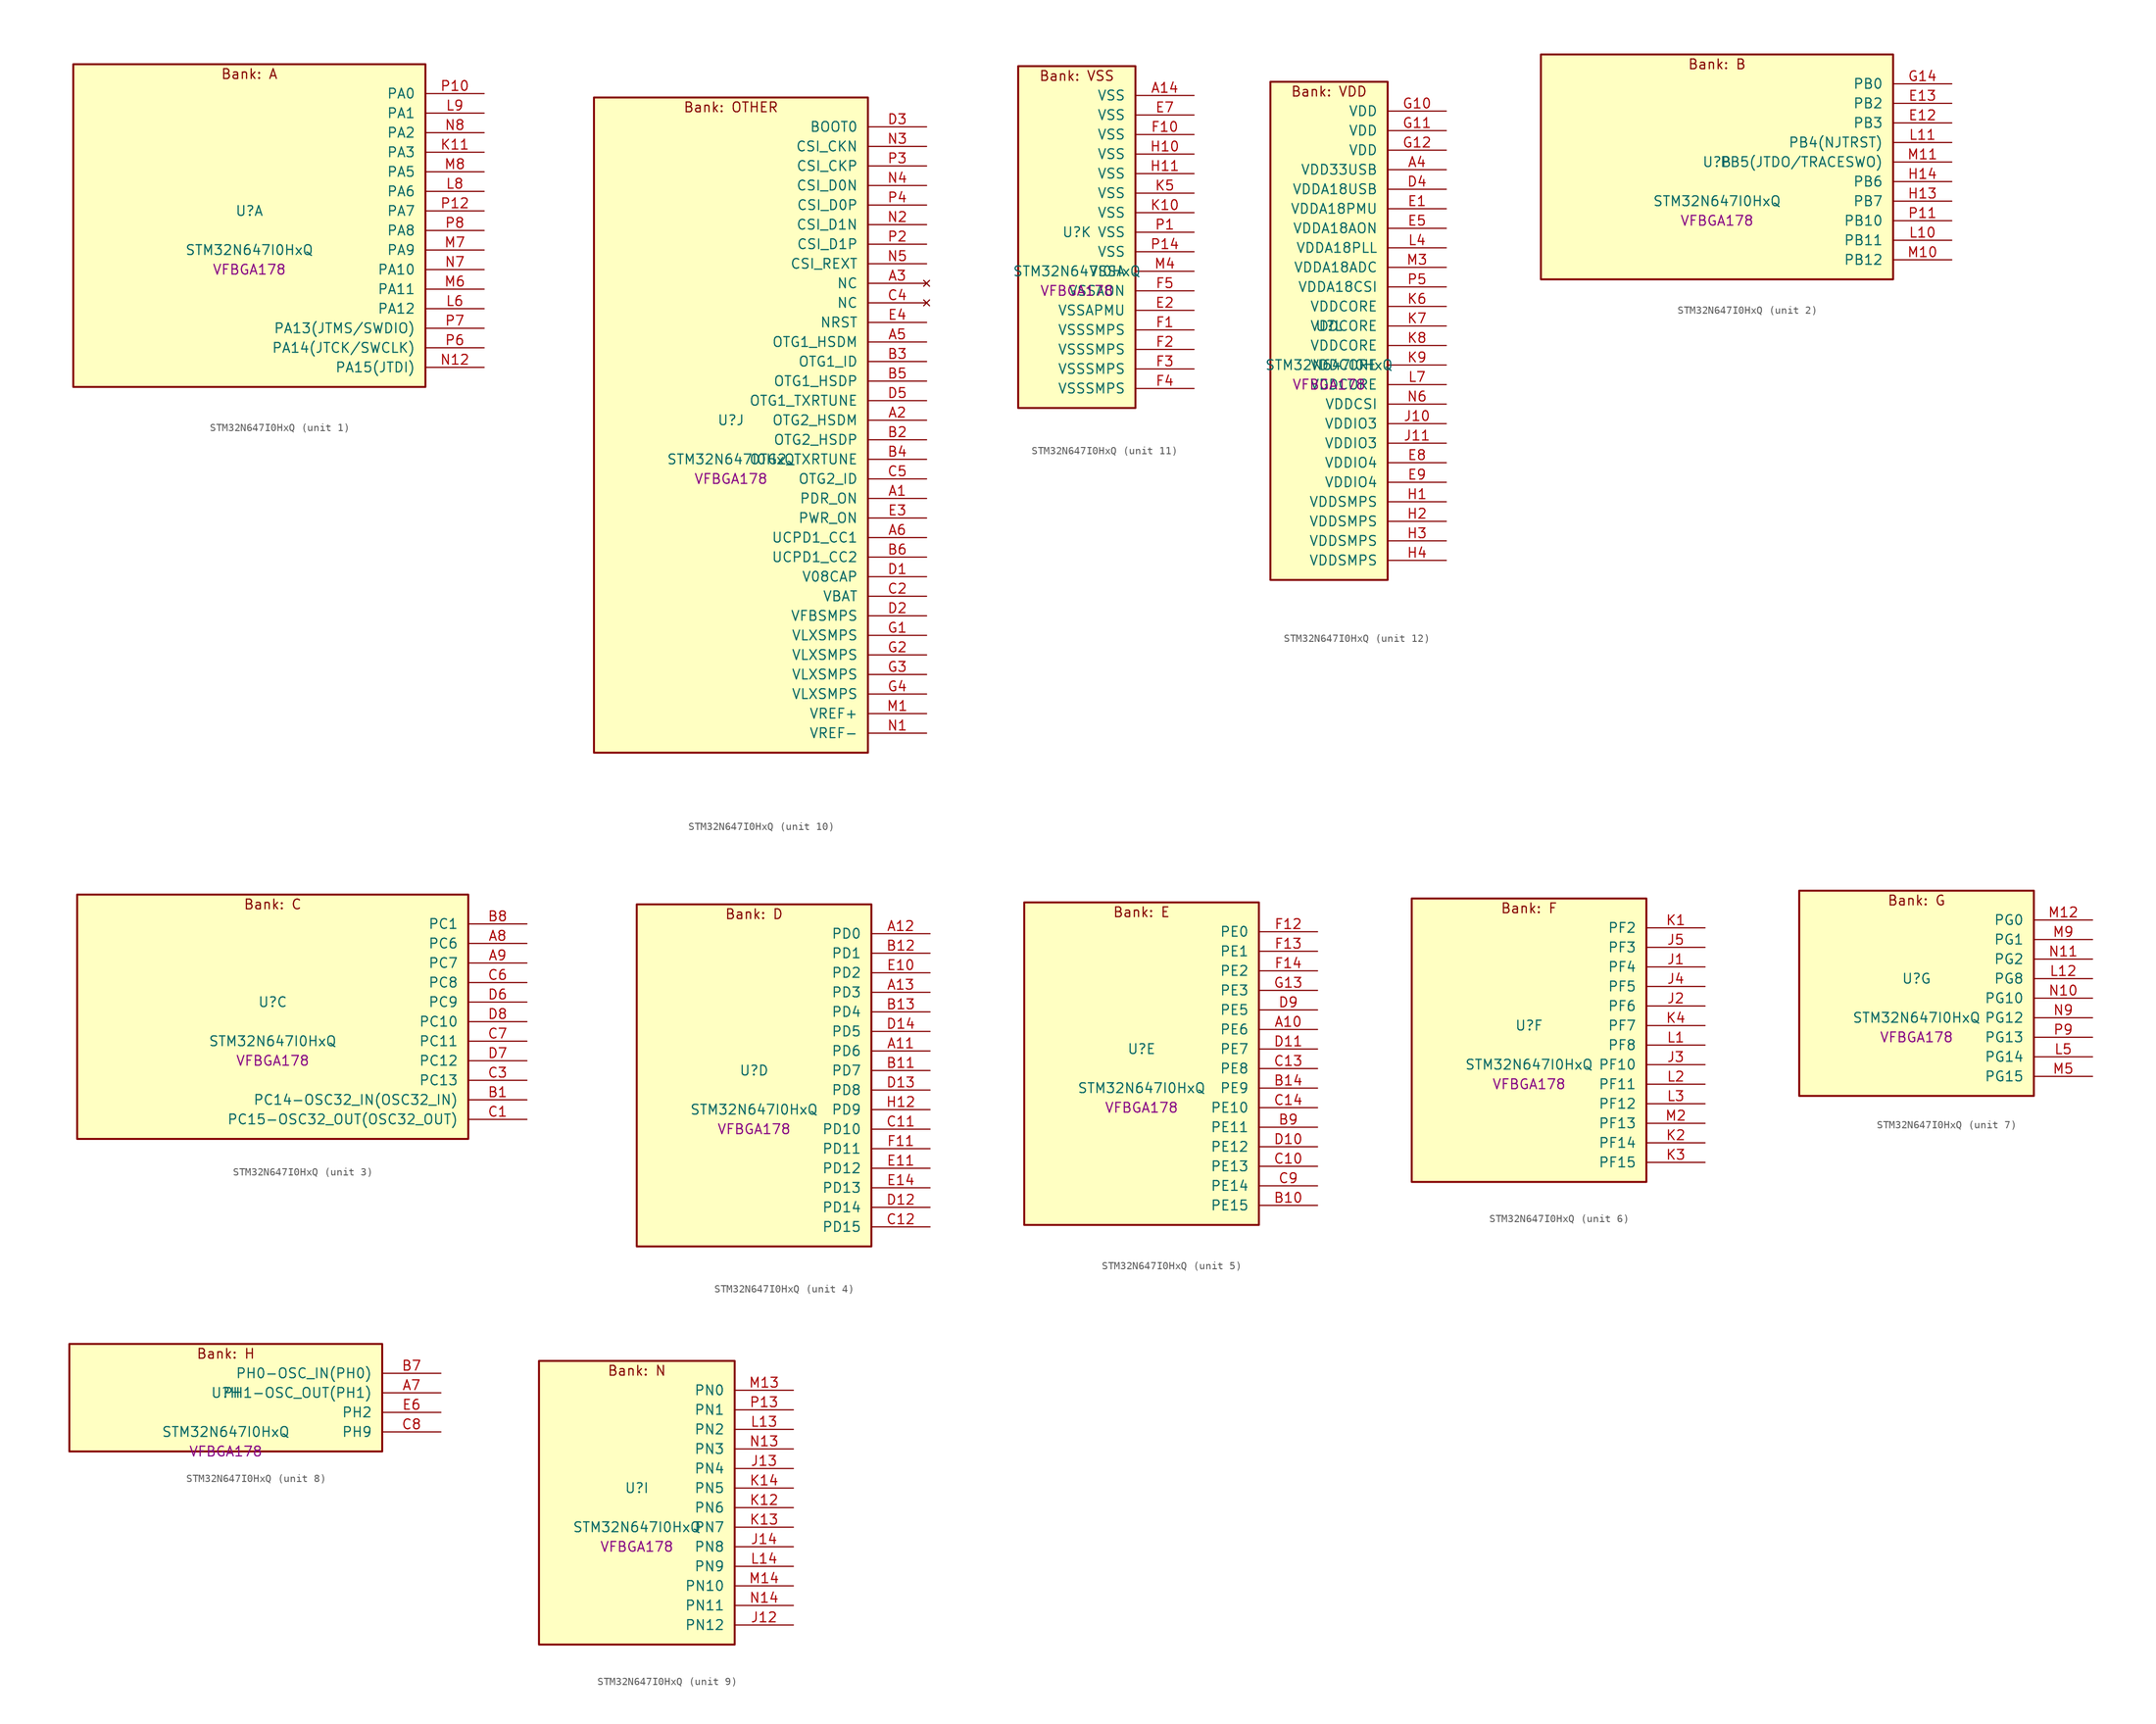
<source format=kicad_sym>
(kicad_symbol_lib
  (version 20241209)
  (generator "stm32_pkl_generator")
  (generator_version "1.0")
  (symbol "STM32N647I0HxQ"
    (pin_names
      (offset 1.27))
    (property "Reference" "U"
      (at 0 2.54 0))
    (property "Value" "STM32N647I0HxQ"
      (at 0 -2.54 0))
    (property "Footprint" "VFBGA178"
      (at 0 -5.08 0))
    (symbol "STM32N647I0HxQ_1_1"
      (rectangle (start -22.86 21.59) (end 22.86 -20.32) (stroke (width 0.254) (type solid)) (fill (type background)))
      (text "Bank: A" (at 0 20.32 0))
      (pin bidirectional line (at 30.48 17.78 180) (length 7.62) (name "PA0") (number "P10") (alternate "PA0/ADC1_INN1" bidirectional line) (alternate "PA0/ADC1_INP0" bidirectional line) (alternate "PA0/ADC2_INN1" bidirectional line) (alternate "PA0/ADC2_INP0" bidirectional line) (alternate "PA0/FMC_D7" bidirectional line) (alternate "PA0/FMC_DA7" bidirectional line) (alternate "PA0/HDP_HDP0" bidirectional line) (alternate "PA0/I2S6_WS" bidirectional line) (alternate "PA0/LTDC_G3" bidirectional line) (alternate "PA0/PWR_WKUP1" bidirectional line) (alternate "PA0/SAI2_SD_B" bidirectional line) (alternate "PA0/SPI6_NSS" bidirectional line) (alternate "PA0/TIM15_BKIN" bidirectional line) (alternate "PA0/TIM2_CH1" bidirectional line) (alternate "PA0/TIM5_CH1" bidirectional line) (alternate "PA0/TIM9_CH1" bidirectional line) (alternate "PA0/UART4_TX" bidirectional line) (alternate "PA0/USART2_CTS" bidirectional line) (alternate "PA0/USART2_NSS" bidirectional line))
      (pin bidirectional line (at 30.48 15.24 180) (length 7.62) (name "PA1") (number "L9") (alternate "PA1/ADC1_INP1" bidirectional line) (alternate "PA1/ADC2_INP1" bidirectional line) (alternate "PA1/DCMIPP_D0" bidirectional line) (alternate "PA1/DCMI_D0" bidirectional line) (alternate "PA1/FMC_D6" bidirectional line) (alternate "PA1/FMC_DA6" bidirectional line) (alternate "PA1/HDP_HDP1" bidirectional line) (alternate "PA1/LPTIM3_IN1" bidirectional line) (alternate "PA1/LTDC_G2" bidirectional line) (alternate "PA1/PSSI_D0" bidirectional line) (alternate "PA1/SAI2_MCLK_B" bidirectional line) (alternate "PA1/TIM15_CH1N" bidirectional line) (alternate "PA1/TIM2_CH2" bidirectional line) (alternate "PA1/TIM5_CH2" bidirectional line) (alternate "PA1/UART4_RX" bidirectional line) (alternate "PA1/USART2_RTS" bidirectional line))
      (pin bidirectional line (at 30.48 12.7 180) (length 7.62) (name "PA2") (number "N8") (alternate "PA2/ADC1_INP14" bidirectional line) (alternate "PA2/ADC2_INP14" bidirectional line) (alternate "PA2/FMC_D5" bidirectional line) (alternate "PA2/FMC_DA5" bidirectional line) (alternate "PA2/HDP_HDP2" bidirectional line) (alternate "PA2/LPTIM3_IN2" bidirectional line) (alternate "PA2/LTDC_B7" bidirectional line) (alternate "PA2/MDIOS_MDIO" bidirectional line) (alternate "PA2/PWR_WKUP2" bidirectional line) (alternate "PA2/SAI2_SCK_B" bidirectional line) (alternate "PA2/TIM15_CH1" bidirectional line) (alternate "PA2/TIM2_CH3" bidirectional line) (alternate "PA2/TIM5_CH3" bidirectional line) (alternate "PA2/USART2_TX" bidirectional line))
      (pin bidirectional line (at 30.48 10.16 180) (length 7.62) (name "PA3") (number "K11") (alternate "PA3/FMC_A17" bidirectional line) (alternate "PA3/FMC_ALE" bidirectional line) (alternate "PA3/SAI1_SD_B" bidirectional line) (alternate "PA3/SPI5_NSS" bidirectional line) (alternate "PA3/TIM16_CH1" bidirectional line) (alternate "PA3/UART7_RX" bidirectional line))
      (pin bidirectional line (at 30.48 7.62 180) (length 7.62) (name "PA5") (number "M8") (alternate "PA5/ADC2_INP18" bidirectional line) (alternate "PA5/DCMIPP_D8" bidirectional line) (alternate "PA5/DCMI_D8" bidirectional line) (alternate "PA5/FMC_NOE" bidirectional line) (alternate "PA5/HDP_HDP5" bidirectional line) (alternate "PA5/I2S1_CK" bidirectional line) (alternate "PA5/I2S6_CK" bidirectional line) (alternate "PA5/I3C1_SCL" bidirectional line) (alternate "PA5/LTDC_CLK" bidirectional line) (alternate "PA5/PSSI_D8" bidirectional line) (alternate "PA5/PWR_CSTOP" bidirectional line) (alternate "PA5/SPI1_SCK" bidirectional line) (alternate "PA5/SPI6_SCK" bidirectional line) (alternate "PA5/TIM10_CH1" bidirectional line) (alternate "PA5/TIM2_CH1" bidirectional line) (alternate "PA5/TIM2_ETR" bidirectional line) (alternate "PA5/TIM9_CH2" bidirectional line))
      (pin bidirectional line (at 30.48 5.08 180) (length 7.62) (name "PA6") (number "L8") (alternate "PA6/ADC1_INP3" bidirectional line) (alternate "PA6/ADC2_INP3" bidirectional line) (alternate "PA6/BOOT1" bidirectional line) (alternate "PA6/DCMIPP_PIXCLK" bidirectional line) (alternate "PA6/DCMI_PIXCLK" bidirectional line) (alternate "PA6/HDP_HDP6" bidirectional line) (alternate "PA6/I2S1_SDI" bidirectional line) (alternate "PA6/I2S6_SDI" bidirectional line) (alternate "PA6/I3C1_SDA" bidirectional line) (alternate "PA6/LPTIM3_ETR" bidirectional line) (alternate "PA6/LTDC_B7" bidirectional line) (alternate "PA6/LTDC_HSYNC" bidirectional line) (alternate "PA6/MDIOS_MDC" bidirectional line) (alternate "PA6/PSSI_PDCK" bidirectional line) (alternate "PA6/SPI1_MISO" bidirectional line) (alternate "PA6/SPI6_MISO" bidirectional line) (alternate "PA6/TIM13_CH1" bidirectional line) (alternate "PA6/TIM1_BKIN" bidirectional line) (alternate "PA6/TIM3_CH1" bidirectional line))
      (pin bidirectional line (at 30.48 2.54 180) (length 7.62) (name "PA7") (number "P12") (alternate "PA7/HDP_HDP7" bidirectional line) (alternate "PA7/I2S1_SDO" bidirectional line) (alternate "PA7/I2S6_SDO" bidirectional line) (alternate "PA7/LTDC_B1" bidirectional line) (alternate "PA7/LTDC_R4" bidirectional line) (alternate "PA7/SPI1_MOSI" bidirectional line) (alternate "PA7/SPI6_MOSI" bidirectional line) (alternate "PA7/TIM14_CH1" bidirectional line) (alternate "PA7/TIM1_CH1N" bidirectional line) (alternate "PA7/TIM3_CH2" bidirectional line) (alternate "PA7/USART1_RX" bidirectional line))
      (pin bidirectional line (at 30.48 0 180) (length 7.62) (name "PA8") (number "P8") (alternate "PA8/ADC1_INP5" bidirectional line) (alternate "PA8/ADC2_INP5" bidirectional line) (alternate "PA8/FMC_D4" bidirectional line) (alternate "PA8/FMC_DA4" bidirectional line) (alternate "PA8/HDP_HDP0" bidirectional line) (alternate "PA8/I2C3_SCL" bidirectional line) (alternate "PA8/I3C2_SCL" bidirectional line) (alternate "PA8/LTDC_B6" bidirectional line) (alternate "PA8/RCC_MCO_1" bidirectional line) (alternate "PA8/TIM11_CH1" bidirectional line) (alternate "PA8/TIM1_CH1" bidirectional line) (alternate "PA8/UART7_RX" bidirectional line) (alternate "PA8/USART1_CK" bidirectional line))
      (pin bidirectional line (at 30.48 -2.54 180) (length 7.62) (name "PA9") (number "M7") (alternate "PA9/ADC1_INP10" bidirectional line) (alternate "PA9/ADC2_INP10" bidirectional line) (alternate "PA9/DCMIPP_D0" bidirectional line) (alternate "PA9/DCMI_D0" bidirectional line) (alternate "PA9/FMC_D3" bidirectional line) (alternate "PA9/FMC_DA3" bidirectional line) (alternate "PA9/HDP_HDP1" bidirectional line) (alternate "PA9/I2C3_SDA" bidirectional line) (alternate "PA9/I2S2_CK" bidirectional line) (alternate "PA9/I3C2_SDA" bidirectional line) (alternate "PA9/LPUART1_TX" bidirectional line) (alternate "PA9/LTDC_B5" bidirectional line) (alternate "PA9/PSSI_D0" bidirectional line) (alternate "PA9/SPI2_SCK" bidirectional line) (alternate "PA9/TIM1_CH2" bidirectional line) (alternate "PA9/USART1_TX" bidirectional line))
      (pin bidirectional line (at 30.48 -5.08 180) (length 7.62) (name "PA10") (number "N7") (alternate "PA10/ADC1_INN10" bidirectional line) (alternate "PA10/ADC1_INP11" bidirectional line) (alternate "PA10/ADC2_INN10" bidirectional line) (alternate "PA10/ADC2_INP11" bidirectional line) (alternate "PA10/DCMIPP_D1" bidirectional line) (alternate "PA10/DCMI_D1" bidirectional line) (alternate "PA10/FMC_D2" bidirectional line) (alternate "PA10/FMC_DA2" bidirectional line) (alternate "PA10/HDP_HDP2" bidirectional line) (alternate "PA10/LPUART1_RX" bidirectional line) (alternate "PA10/LTDC_B4" bidirectional line) (alternate "PA10/MDIOS_MDIO" bidirectional line) (alternate "PA10/PSSI_D1" bidirectional line) (alternate "PA10/PWR_CSLEEP" bidirectional line) (alternate "PA10/TIM1_CH3" bidirectional line) (alternate "PA10/USART1_RX" bidirectional line))
      (pin bidirectional line (at 30.48 -7.62 180) (length 7.62) (name "PA11") (number "M6") (alternate "PA11/ADC1_EXTI11" bidirectional line) (alternate "PA11/ADC1_INN11" bidirectional line) (alternate "PA11/ADC1_INP12" bidirectional line) (alternate "PA11/ADC2_EXTI11" bidirectional line) (alternate "PA11/ADC2_INN11" bidirectional line) (alternate "PA11/ADC2_INP12" bidirectional line) (alternate "PA11/FDCAN1_RX" bidirectional line) (alternate "PA11/FMC_D1" bidirectional line) (alternate "PA11/FMC_DA1" bidirectional line) (alternate "PA11/HDP_HDP3" bidirectional line) (alternate "PA11/I2S2_WS" bidirectional line) (alternate "PA11/LPUART1_CTS" bidirectional line) (alternate "PA11/LTDC_B3" bidirectional line) (alternate "PA11/SPI2_NSS" bidirectional line) (alternate "PA11/TIM1_CH4" bidirectional line) (alternate "PA11/UART4_RX" bidirectional line) (alternate "PA11/USART1_CTS" bidirectional line) (alternate "PA11/USART1_NSS" bidirectional line))
      (pin bidirectional line (at 30.48 -10.16 180) (length 7.62) (name "PA12") (number "L6") (alternate "PA12/ADC1_INN12" bidirectional line) (alternate "PA12/ADC1_INP13" bidirectional line) (alternate "PA12/ADC2_INN12" bidirectional line) (alternate "PA12/ADC2_INP13" bidirectional line) (alternate "PA12/FDCAN1_TX" bidirectional line) (alternate "PA12/FMC_D0" bidirectional line) (alternate "PA12/FMC_DA0" bidirectional line) (alternate "PA12/HDP_HDP4" bidirectional line) (alternate "PA12/I2S2_CK" bidirectional line) (alternate "PA12/LPUART1_RTS" bidirectional line) (alternate "PA12/LTDC_B2" bidirectional line) (alternate "PA12/SAI2_FS_B" bidirectional line) (alternate "PA12/SPI2_SCK" bidirectional line) (alternate "PA12/TIM1_ETR" bidirectional line) (alternate "PA12/UART4_TX" bidirectional line) (alternate "PA12/USART1_RTS" bidirectional line))
      (pin bidirectional line (at 30.48 -12.7 180) (length 7.62) (name "PA13(JTMS/SWDIO)") (number "P7") (alternate "PA13(JTMS/SWDIO)/DEBUG_JTMS-SWDIO" bidirectional line) (alternate "PA13(JTMS/SWDIO)/HDP_HDP5" bidirectional line))
      (pin bidirectional line (at 30.48 -15.24 180) (length 7.62) (name "PA14(JTCK/SWCLK)") (number "P6") (alternate "PA14(JTCK/SWCLK)/DEBUG_JTCK-SWCLK" bidirectional line) (alternate "PA14(JTCK/SWCLK)/HDP_HDP6" bidirectional line))
      (pin bidirectional line (at 30.48 -17.78 180) (length 7.62) (name "PA15(JTDI)") (number "N12") (alternate "PA15(JTDI)/ADC1_EXTI15" bidirectional line) (alternate "PA15(JTDI)/ADC2_EXTI15" bidirectional line) (alternate "PA15(JTDI)/DEBUG_JTDI" bidirectional line) (alternate "PA15(JTDI)/FMC_D15" bidirectional line) (alternate "PA15(JTDI)/FMC_DA15" bidirectional line) (alternate "PA15(JTDI)/HDP_HDP7" bidirectional line) (alternate "PA15(JTDI)/I2S1_WS" bidirectional line) (alternate "PA15(JTDI)/I2S3_WS" bidirectional line) (alternate "PA15(JTDI)/I2S6_WS" bidirectional line) (alternate "PA15(JTDI)/LTDC_R5" bidirectional line) (alternate "PA15(JTDI)/SPI1_NSS" bidirectional line) (alternate "PA15(JTDI)/SPI3_NSS" bidirectional line) (alternate "PA15(JTDI)/SPI6_NSS" bidirectional line) (alternate "PA15(JTDI)/TIM2_CH1" bidirectional line) (alternate "PA15(JTDI)/TIM2_ETR" bidirectional line) (alternate "PA15(JTDI)/UART4_DE" bidirectional line) (alternate "PA15(JTDI)/UART4_RTS" bidirectional line) (alternate "PA15(JTDI)/UART7_TX" bidirectional line)))
    (symbol "STM32N647I0HxQ_2_1"
      (rectangle (start -22.86 16.51) (end 22.86 -12.7) (stroke (width 0.254) (type solid)) (fill (type background)))
      (text "Bank: B" (at 0 15.24 0))
      (pin bidirectional line (at 30.48 12.7 180) (length 7.62) (name "PB0") (number "G14") (alternate "PB0/ADF1_SDI0" bidirectional line) (alternate "PB0/DCMIPP_D4" bidirectional line) (alternate "PB0/DCMI_D4" bidirectional line) (alternate "PB0/DEBUG_TRACED1" bidirectional line) (alternate "PB0/FMC_D13" bidirectional line) (alternate "PB0/FMC_DA13" bidirectional line) (alternate "PB0/MDF1_SDI2" bidirectional line) (alternate "PB0/PSSI_D4" bidirectional line) (alternate "PB0/SAI1_D2" bidirectional line) (alternate "PB0/SAI1_FS_A" bidirectional line) (alternate "PB0/SPI4_NSS" bidirectional line) (alternate "PB0/TIM15_CH1N" bidirectional line) (alternate "PB0/TIM1_CH4" bidirectional line))
      (pin bidirectional line (at 30.48 10.16 180) (length 7.62) (name "PB2") (number "E13") (alternate "PB2/ADF1_SDI0" bidirectional line) (alternate "PB2/FMC_D2" bidirectional line) (alternate "PB2/FMC_DA2" bidirectional line) (alternate "PB2/HDP_HDP2" bidirectional line) (alternate "PB2/I2S3_SDO" bidirectional line) (alternate "PB2/LTDC_B2" bidirectional line) (alternate "PB2/MDF1_SDI1" bidirectional line) (alternate "PB2/RTC_OUT2" bidirectional line) (alternate "PB2/SAI1_D1" bidirectional line) (alternate "PB2/SAI1_SD_A" bidirectional line) (alternate "PB2/SPI3_MOSI" bidirectional line) (alternate "PB2/TIM1_CH1" bidirectional line))
      (pin bidirectional line (at 30.48 7.62 180) (length 7.62) (name "PB3") (number "E12") (alternate "PB3/DEBUG_JTDO-SWO" bidirectional line) (alternate "PB3/DEBUG_TRACECLK" bidirectional line) (alternate "PB3/FMC_A23" bidirectional line) (alternate "PB3/FMC_NBL1" bidirectional line) (alternate "PB3/GFXTIM_FCKCAL" bidirectional line) (alternate "PB3/GFXTIM_LCKCAL" bidirectional line) (alternate "PB3/HDP_HDP0" bidirectional line) (alternate "PB3/MDF1_CKI1" bidirectional line) (alternate "PB3/SAI2_FS_B" bidirectional line) (alternate "PB3/TIM1_CH4N" bidirectional line) (alternate "PB3/USART1_CK" bidirectional line))
      (pin bidirectional line (at 30.48 5.08 180) (length 7.62) (name "PB4(NJTRST)") (number "L11") (alternate "PB4(NJTRST)/DCMIPP_VSYNC" bidirectional line) (alternate "PB4(NJTRST)/DCMI_VSYNC" bidirectional line) (alternate "PB4(NJTRST)/DEBUG_NJTRST" bidirectional line) (alternate "PB4(NJTRST)/FMC_D13" bidirectional line) (alternate "PB4(NJTRST)/FMC_DA13" bidirectional line) (alternate "PB4(NJTRST)/HDP_HDP4" bidirectional line) (alternate "PB4(NJTRST)/I2S1_SDI" bidirectional line) (alternate "PB4(NJTRST)/I2S2_WS" bidirectional line) (alternate "PB4(NJTRST)/I2S3_SDI" bidirectional line) (alternate "PB4(NJTRST)/I2S6_SDI" bidirectional line) (alternate "PB4(NJTRST)/LTDC_R3" bidirectional line) (alternate "PB4(NJTRST)/PSSI_RDY" bidirectional line) (alternate "PB4(NJTRST)/SPI1_MISO" bidirectional line) (alternate "PB4(NJTRST)/SPI2_NSS" bidirectional line) (alternate "PB4(NJTRST)/SPI3_MISO" bidirectional line) (alternate "PB4(NJTRST)/SPI6_MISO" bidirectional line) (alternate "PB4(NJTRST)/TIM16_BKIN" bidirectional line) (alternate "PB4(NJTRST)/TIM3_CH1" bidirectional line) (alternate "PB4(NJTRST)/UART7_TX" bidirectional line))
      (pin bidirectional line (at 30.48 2.54 180) (length 7.62) (name "PB5(JTDO/TRACESWO)") (number "M11") (alternate "PB5(JTDO/TRACESWO)/DCMIPP_D10" bidirectional line) (alternate "PB5(JTDO/TRACESWO)/DCMI_D10" bidirectional line) (alternate "PB5(JTDO/TRACESWO)/DEBUG_JTDO-SWO" bidirectional line) (alternate "PB5(JTDO/TRACESWO)/FDCAN2_RX" bidirectional line) (alternate "PB5(JTDO/TRACESWO)/FMC_D12" bidirectional line) (alternate "PB5(JTDO/TRACESWO)/FMC_DA12" bidirectional line) (alternate "PB5(JTDO/TRACESWO)/HDP_HDP5" bidirectional line) (alternate "PB5(JTDO/TRACESWO)/I2C1_SMBA" bidirectional line) (alternate "PB5(JTDO/TRACESWO)/I2S1_SDO" bidirectional line) (alternate "PB5(JTDO/TRACESWO)/I2S3_SDO" bidirectional line) (alternate "PB5(JTDO/TRACESWO)/I2S6_SDO" bidirectional line) (alternate "PB5(JTDO/TRACESWO)/LTDC_R2" bidirectional line) (alternate "PB5(JTDO/TRACESWO)/PSSI_D10" bidirectional line) (alternate "PB5(JTDO/TRACESWO)/SPI1_MOSI" bidirectional line) (alternate "PB5(JTDO/TRACESWO)/SPI3_MOSI" bidirectional line) (alternate "PB5(JTDO/TRACESWO)/SPI6_MOSI" bidirectional line) (alternate "PB5(JTDO/TRACESWO)/TIM17_BKIN" bidirectional line) (alternate "PB5(JTDO/TRACESWO)/TIM3_CH2" bidirectional line) (alternate "PB5(JTDO/TRACESWO)/UART5_RX" bidirectional line))
      (pin bidirectional line (at 30.48 0 180) (length 7.62) (name "PB6") (number "H14") (alternate "PB6/ADF1_CCK1" bidirectional line) (alternate "PB6/DCMIPP_D6" bidirectional line) (alternate "PB6/DCMI_D6" bidirectional line) (alternate "PB6/DEBUG_TRACED2" bidirectional line) (alternate "PB6/FMC_D14" bidirectional line) (alternate "PB6/FMC_DA14" bidirectional line) (alternate "PB6/MDF1_CCK1" bidirectional line) (alternate "PB6/PSSI_D6" bidirectional line) (alternate "PB6/SAI1_CK2" bidirectional line) (alternate "PB6/SAI1_SCK_A" bidirectional line) (alternate "PB6/SPI4_MISO" bidirectional line) (alternate "PB6/TIM15_CH1" bidirectional line))
      (pin bidirectional line (at 30.48 -2.54 180) (length 7.62) (name "PB7") (number "H13") (alternate "PB7/ADF1_SDI0" bidirectional line) (alternate "PB7/DCMIPP_D7" bidirectional line) (alternate "PB7/DCMI_D7" bidirectional line) (alternate "PB7/DEBUG_TRACED3" bidirectional line) (alternate "PB7/FMC_D15" bidirectional line) (alternate "PB7/FMC_DA15" bidirectional line) (alternate "PB7/MDF1_SDI1" bidirectional line) (alternate "PB7/PSSI_D7" bidirectional line) (alternate "PB7/SAI1_D1" bidirectional line) (alternate "PB7/SAI1_SD_A" bidirectional line) (alternate "PB7/SAI2_MCLK_B" bidirectional line) (alternate "PB7/SPI4_MOSI" bidirectional line) (alternate "PB7/TIM15_CH2" bidirectional line) (alternate "PB7/TIM1_BKIN2" bidirectional line))
      (pin bidirectional line (at 30.48 -5.08 180) (length 7.62) (name "PB10") (number "P11") (alternate "PB10/ADC1_INN4" bidirectional line) (alternate "PB10/ADC1_INP8" bidirectional line) (alternate "PB10/ADC2_INN4" bidirectional line) (alternate "PB10/ADC2_INP8" bidirectional line) (alternate "PB10/FMC_D11" bidirectional line) (alternate "PB10/FMC_DA11" bidirectional line) (alternate "PB10/HDP_HDP2" bidirectional line) (alternate "PB10/I2C2_SCL" bidirectional line) (alternate "PB10/I2S2_CK" bidirectional line) (alternate "PB10/I3C2_SCL" bidirectional line) (alternate "PB10/LPTIM2_IN1" bidirectional line) (alternate "PB10/LTDC_G7" bidirectional line) (alternate "PB10/SPI2_SCK" bidirectional line) (alternate "PB10/TIM2_CH3" bidirectional line) (alternate "PB10/USART3_TX" bidirectional line))
      (pin bidirectional line (at 30.48 -7.62 180) (length 7.62) (name "PB11") (number "L10") (alternate "PB11/ADC1_EXTI11" bidirectional line) (alternate "PB11/ADC1_INP4" bidirectional line) (alternate "PB11/ADC2_EXTI11" bidirectional line) (alternate "PB11/ADC2_INP4" bidirectional line) (alternate "PB11/FMC_D10" bidirectional line) (alternate "PB11/FMC_DA10" bidirectional line) (alternate "PB11/HDP_HDP3" bidirectional line) (alternate "PB11/I2C2_SDA" bidirectional line) (alternate "PB11/I3C2_SDA" bidirectional line) (alternate "PB11/LPTIM2_ETR" bidirectional line) (alternate "PB11/LTDC_G6" bidirectional line) (alternate "PB11/TIM2_CH4" bidirectional line) (alternate "PB11/USART3_RX" bidirectional line))
      (pin bidirectional line (at 30.48 -10.16 180) (length 7.62) (name "PB12") (number "M10") (alternate "PB12/FDCAN2_RX" bidirectional line) (alternate "PB12/FMC_D9" bidirectional line) (alternate "PB12/FMC_DA9" bidirectional line) (alternate "PB12/HDP_HDP4" bidirectional line) (alternate "PB12/I2C2_SMBA" bidirectional line) (alternate "PB12/I2S2_WS" bidirectional line) (alternate "PB12/LPTIM2_IN2" bidirectional line) (alternate "PB12/LTDC_G5" bidirectional line) (alternate "PB12/SPI2_NSS" bidirectional line) (alternate "PB12/TIM1_BKIN" bidirectional line) (alternate "PB12/UART5_RX" bidirectional line) (alternate "PB12/USART3_CK" bidirectional line)))
    (symbol "STM32N647I0HxQ_3_1"
      (rectangle (start -25.4 16.51) (end 25.4 -15.24) (stroke (width 0.254) (type solid)) (fill (type background)))
      (text "Bank: C" (at 0 15.24 0))
      (pin bidirectional line (at 33.02 12.7 180) (length 7.62) (name "PC1") (number "B8") (alternate "PC1/DCMIPP_D7" bidirectional line) (alternate "PC1/DCMI_D7" bidirectional line) (alternate "PC1/FDCAN1_TX" bidirectional line) (alternate "PC1/HDP_HDP1" bidirectional line) (alternate "PC1/I2C1_SDA" bidirectional line) (alternate "PC1/I2S2_WS" bidirectional line) (alternate "PC1/I3C1_SDA" bidirectional line) (alternate "PC1/PSSI_D7" bidirectional line) (alternate "PC1/SDMMC1_CDIR" bidirectional line) (alternate "PC1/SDMMC1_D5" bidirectional line) (alternate "PC1/SPI2_NSS" bidirectional line) (alternate "PC1/TIM17_CH1" bidirectional line) (alternate "PC1/TIM4_CH4" bidirectional line) (alternate "PC1/UART4_TX" bidirectional line))
      (pin bidirectional line (at 33.02 10.16 180) (length 7.62) (name "PC6") (number "A8") (alternate "PC6/DCMIPP_D1" bidirectional line) (alternate "PC6/DCMI_D1" bidirectional line) (alternate "PC6/HDP_HDP6" bidirectional line) (alternate "PC6/I2S2_MCK" bidirectional line) (alternate "PC6/PSSI_D1" bidirectional line) (alternate "PC6/SDMMC1_D0DIR" bidirectional line) (alternate "PC6/SDMMC1_D6" bidirectional line) (alternate "PC6/TIM1_CH1" bidirectional line) (alternate "PC6/TIM3_CH1" bidirectional line) (alternate "PC6/TIM9_CH1" bidirectional line) (alternate "PC6/USART6_TX" bidirectional line))
      (pin bidirectional line (at 33.02 7.62 180) (length 7.62) (name "PC7") (number "A9") (alternate "PC7/DCMIPP_D1" bidirectional line) (alternate "PC7/DCMI_D1" bidirectional line) (alternate "PC7/DEBUG_TRGIO" bidirectional line) (alternate "PC7/HDP_HDP7" bidirectional line) (alternate "PC7/I2S3_MCK" bidirectional line) (alternate "PC7/PSSI_D1" bidirectional line) (alternate "PC7/SDMMC1_D123DIR" bidirectional line) (alternate "PC7/SDMMC1_D7" bidirectional line) (alternate "PC7/TIM16_CH1N" bidirectional line) (alternate "PC7/TIM3_CH2" bidirectional line) (alternate "PC7/TIM9_CH2" bidirectional line) (alternate "PC7/USART6_RX" bidirectional line))
      (pin bidirectional line (at 33.02 5.08 180) (length 7.62) (name "PC8") (number "C6") (alternate "PC8/DCMIPP_D2" bidirectional line) (alternate "PC8/DCMI_D2" bidirectional line) (alternate "PC8/DEBUG_TRACED1" bidirectional line) (alternate "PC8/FMC_NE4" bidirectional line) (alternate "PC8/HDP_HDP0" bidirectional line) (alternate "PC8/I2C3_SMBA" bidirectional line) (alternate "PC8/LTDC_B0" bidirectional line) (alternate "PC8/PSSI_D2" bidirectional line) (alternate "PC8/SDMMC1_D0" bidirectional line) (alternate "PC8/TIM3_CH3" bidirectional line) (alternate "PC8/UART5_DE" bidirectional line) (alternate "PC8/UART5_RTS" bidirectional line) (alternate "PC8/UCPD1_FRSTX1" bidirectional line) (alternate "PC8/USART6_CK" bidirectional line))
      (pin bidirectional line (at 33.02 2.54 180) (length 7.62) (name "PC9") (number "D6") (alternate "PC9/AUDIOCLK" bidirectional line) (alternate "PC9/DCMIPP_D3" bidirectional line) (alternate "PC9/DCMI_D3" bidirectional line) (alternate "PC9/HDP_HDP1" bidirectional line) (alternate "PC9/I2C3_SDA" bidirectional line) (alternate "PC9/LTDC_B3" bidirectional line) (alternate "PC9/PSSI_D3" bidirectional line) (alternate "PC9/RCC_MCO_2" bidirectional line) (alternate "PC9/SDMMC1_D1" bidirectional line) (alternate "PC9/TIM3_CH4" bidirectional line) (alternate "PC9/UART5_CTS" bidirectional line) (alternate "PC9/UCPD1_FRSTX2" bidirectional line) (alternate "PC9/USART6_RX" bidirectional line))
      (pin bidirectional line (at 33.02 0 180) (length 7.62) (name "PC10") (number "D8") (alternate "PC10/DCMIPP_D14" bidirectional line) (alternate "PC10/FMC_CLK" bidirectional line) (alternate "PC10/HDP_HDP2" bidirectional line) (alternate "PC10/I2C4_SCL" bidirectional line) (alternate "PC10/I2S3_CK" bidirectional line) (alternate "PC10/I3C2_SCL" bidirectional line) (alternate "PC10/PSSI_D14" bidirectional line) (alternate "PC10/SDMMC1_D2" bidirectional line) (alternate "PC10/SPI3_SCK" bidirectional line) (alternate "PC10/TIM1_BKIN" bidirectional line) (alternate "PC10/UART4_TX" bidirectional line) (alternate "PC10/USART3_TX" bidirectional line))
      (pin bidirectional line (at 33.02 -2.54 180) (length 7.62) (name "PC11") (number "C7") (alternate "PC11/ADC1_EXTI11" bidirectional line) (alternate "PC11/ADC2_EXTI11" bidirectional line) (alternate "PC11/DCMIPP_D4" bidirectional line) (alternate "PC11/DCMI_D4" bidirectional line) (alternate "PC11/HDP_HDP3" bidirectional line) (alternate "PC11/I2C4_SDA" bidirectional line) (alternate "PC11/I2S3_SDI" bidirectional line) (alternate "PC11/I3C2_SDA" bidirectional line) (alternate "PC11/PSSI_D4" bidirectional line) (alternate "PC11/SDMMC1_D3" bidirectional line) (alternate "PC11/SPI3_MISO" bidirectional line) (alternate "PC11/UART4_RX" bidirectional line) (alternate "PC11/USART3_RX" bidirectional line))
      (pin bidirectional line (at 33.02 -5.08 180) (length 7.62) (name "PC12") (number "D7") (alternate "PC12/DCMIPP_D9" bidirectional line) (alternate "PC12/DCMI_D9" bidirectional line) (alternate "PC12/DEBUG_TRACED3" bidirectional line) (alternate "PC12/FMC_NL" bidirectional line) (alternate "PC12/HDP_HDP4" bidirectional line) (alternate "PC12/I2S3_SDO" bidirectional line) (alternate "PC12/I2S6_CK" bidirectional line) (alternate "PC12/PSSI_D9" bidirectional line) (alternate "PC12/SDMMC1_CK" bidirectional line) (alternate "PC12/SPI3_MOSI" bidirectional line) (alternate "PC12/SPI6_SCK" bidirectional line) (alternate "PC12/TIM15_CH1" bidirectional line) (alternate "PC12/TIM1_CH4" bidirectional line) (alternate "PC12/UART5_TX" bidirectional line) (alternate "PC12/USART3_CK" bidirectional line))
      (pin bidirectional line (at 33.02 -7.62 180) (length 7.62) (name "PC13") (number "C3") (alternate "PC13/HDP_HDP5" bidirectional line) (alternate "PC13/PWR_WKUP3" bidirectional line) (alternate "PC13/RTC_OUT1" bidirectional line) (alternate "PC13/RTC_TS" bidirectional line) (alternate "PC13/TAMP_IN1" bidirectional line) (alternate "PC13/TAMP_OUT2" bidirectional line))
      (pin bidirectional line (at 33.02 -10.16 180) (length 7.62) (name "PC14-OSC32_IN(OSC32_IN)") (number "B1") (alternate "PC14-OSC32_IN(OSC32_IN)/RCC_OSC32_IN" bidirectional line))
      (pin bidirectional line (at 33.02 -12.7 180) (length 7.62) (name "PC15-OSC32_OUT(OSC32_OUT)") (number "C1") (alternate "PC15-OSC32_OUT(OSC32_OUT)/ADC1_EXTI15" bidirectional line) (alternate "PC15-OSC32_OUT(OSC32_OUT)/ADC2_EXTI15" bidirectional line) (alternate "PC15-OSC32_OUT(OSC32_OUT)/RCC_OSC32_OUT" bidirectional line)))
    (symbol "STM32N647I0HxQ_4_1"
      (rectangle (start -15.24 24.13) (end 15.24 -20.32) (stroke (width 0.254) (type solid)) (fill (type background)))
      (text "Bank: D" (at 0 22.86 0))
      (pin bidirectional line (at 22.86 20.32 180) (length 7.62) (name "PD0") (number "A12") (alternate "PD0/DCMIPP_HSYNC" bidirectional line) (alternate "PD0/DCMI_HSYNC" bidirectional line) (alternate "PD0/FDCAN1_RX" bidirectional line) (alternate "PD0/FMC_A6" bidirectional line) (alternate "PD0/FMC_A22" bidirectional line) (alternate "PD0/PSSI_DE" bidirectional line) (alternate "PD0/TIM1_ETR" bidirectional line) (alternate "PD0/UART4_RX" bidirectional line) (alternate "PD0/UART9_CTS" bidirectional line))
      (pin bidirectional line (at 22.86 17.78 180) (length 7.62) (name "PD1") (number "B12") (alternate "PD1/ETH1_MDC" bidirectional line) (alternate "PD1/FDCAN1_TX" bidirectional line) (alternate "PD1/FMC_A7" bidirectional line) (alternate "PD1/FMC_A23" bidirectional line) (alternate "PD1/UART4_TX" bidirectional line))
      (pin bidirectional line (at 22.86 15.24 180) (length 7.62) (name "PD2") (number "E10") (alternate "PD2/ADF1_SDI0" bidirectional line) (alternate "PD2/DEBUG_TRACED0" bidirectional line) (alternate "PD2/FMC_A0" bidirectional line) (alternate "PD2/FMC_A16" bidirectional line) (alternate "PD2/FMC_CLE" bidirectional line) (alternate "PD2/HDP_HDP1" bidirectional line) (alternate "PD2/I2S2_SDO" bidirectional line) (alternate "PD2/MDF1_SDI1" bidirectional line) (alternate "PD2/MDIOS_MDC" bidirectional line) (alternate "PD2/PWR_WKUP4" bidirectional line) (alternate "PD2/SAI1_D1" bidirectional line) (alternate "PD2/SAI1_SD_A" bidirectional line) (alternate "PD2/SPI2_MOSI" bidirectional line) (alternate "PD2/TIM15_CH1N" bidirectional line) (alternate "PD2/TIM1_CH3" bidirectional line))
      (pin bidirectional line (at 22.86 12.7 180) (length 7.62) (name "PD3") (number "A13") (alternate "PD3/DCMIPP_D14" bidirectional line) (alternate "PD3/ETH1_PHY_INTN" bidirectional line) (alternate "PD3/FMC_A10" bidirectional line) (alternate "PD3/I2C2_SMBA" bidirectional line) (alternate "PD3/PSSI_D14" bidirectional line) (alternate "PD3/USART6_CTS" bidirectional line))
      (pin bidirectional line (at 22.86 10.16 180) (length 7.62) (name "PD4") (number "B13") (alternate "PD4/DCMIPP_D9" bidirectional line) (alternate "PD4/DCMI_D9" bidirectional line) (alternate "PD4/FMC_A11" bidirectional line) (alternate "PD4/I2C2_SDA" bidirectional line) (alternate "PD4/PSSI_D9" bidirectional line) (alternate "PD4/SPI5_MISO" bidirectional line) (alternate "PD4/TAMP_IN7" bidirectional line) (alternate "PD4/TAMP_OUT8" bidirectional line) (alternate "PD4/TIM1_BKIN2" bidirectional line) (alternate "PD4/USART6_RTS" bidirectional line))
      (pin bidirectional line (at 22.86 7.62 180) (length 7.62) (name "PD5") (number "D14") (alternate "PD5/DCMIPP_PIXCLK" bidirectional line) (alternate "PD5/DCMI_PIXCLK" bidirectional line) (alternate "PD5/FMC_D6" bidirectional line) (alternate "PD5/FMC_DA6" bidirectional line) (alternate "PD5/PSSI_PDCK" bidirectional line) (alternate "PD5/TIM1_CH4N" bidirectional line) (alternate "PD5/USART2_TX" bidirectional line))
      (pin bidirectional line (at 22.86 5.08 180) (length 7.62) (name "PD6") (number "A11") (alternate "PD6/FMC_A1" bidirectional line) (alternate "PD6/FMC_A17" bidirectional line) (alternate "PD6/FMC_ALE" bidirectional line) (alternate "PD6/HDP_HDP2" bidirectional line) (alternate "PD6/I2S2_SDI" bidirectional line) (alternate "PD6/SPI2_MISO" bidirectional line) (alternate "PD6/TIM15_CH2" bidirectional line) (alternate "PD6/TIM1_CH1" bidirectional line))
      (pin bidirectional line (at 22.86 2.54 180) (length 7.62) (name "PD7") (number "B11") (alternate "PD7/DCMIPP_D0" bidirectional line) (alternate "PD7/DCMI_D0" bidirectional line) (alternate "PD7/FMC_A2" bidirectional line) (alternate "PD7/FMC_A18" bidirectional line) (alternate "PD7/HDP_HDP3" bidirectional line) (alternate "PD7/I2S2_SDO" bidirectional line) (alternate "PD7/I2S3_WS" bidirectional line) (alternate "PD7/PSSI_D0" bidirectional line) (alternate "PD7/SPI2_MOSI" bidirectional line) (alternate "PD7/SPI3_NSS" bidirectional line) (alternate "PD7/TIM15_CH1N" bidirectional line) (alternate "PD7/TIM1_CH2" bidirectional line))
      (pin bidirectional line (at 22.86 0 180) (length 7.62) (name "PD8") (number "D13") (alternate "PD8/DCMIPP_D11" bidirectional line) (alternate "PD8/DCMI_D11" bidirectional line) (alternate "PD8/FMC_NBL0" bidirectional line) (alternate "PD8/LTDC_R7" bidirectional line) (alternate "PD8/PSSI_D11" bidirectional line) (alternate "PD8/TAMP_IN3" bidirectional line) (alternate "PD8/TAMP_OUT4" bidirectional line) (alternate "PD8/USART3_TX" bidirectional line))
      (pin bidirectional line (at 22.86 -2.54 180) (length 7.62) (name "PD9") (number "H12") (alternate "PD9/DCMIPP_D11" bidirectional line) (alternate "PD9/DCMI_D11" bidirectional line) (alternate "PD9/FMC_SDCLK" bidirectional line) (alternate "PD9/LTDC_R1" bidirectional line) (alternate "PD9/PSSI_D11" bidirectional line) (alternate "PD9/TAMP_IN5" bidirectional line) (alternate "PD9/TAMP_OUT6" bidirectional line) (alternate "PD9/USART3_RX" bidirectional line))
      (pin bidirectional line (at 22.86 -5.08 180) (length 7.62) (name "PD10") (number "C11") (alternate "PD10/DEBUG_TRACECLK" bidirectional line) (alternate "PD10/FMC_A3" bidirectional line) (alternate "PD10/FMC_A19" bidirectional line) (alternate "PD10/GFXTIM_TE" bidirectional line) (alternate "PD10/HDP_HDP4" bidirectional line) (alternate "PD10/I2S1_MCK" bidirectional line) (alternate "PD10/MDF1_CKI3" bidirectional line) (alternate "PD10/SAI2_FS_B" bidirectional line) (alternate "PD10/TIM1_ETR" bidirectional line) (alternate "PD10/UCPD1_FRSTX1" bidirectional line))
      (pin bidirectional line (at 22.86 -7.62 180) (length 7.62) (name "PD11") (number "F11") (alternate "PD11/ADC1_EXTI11" bidirectional line) (alternate "PD11/ADC2_EXTI11" bidirectional line) (alternate "PD11/DCMIPP_D15" bidirectional line) (alternate "PD11/FMC_D8" bidirectional line) (alternate "PD11/FMC_DA8" bidirectional line) (alternate "PD11/I2C4_SDA" bidirectional line) (alternate "PD11/I2S2_SDI" bidirectional line) (alternate "PD11/PSSI_D15" bidirectional line) (alternate "PD11/SDMMC1_D0" bidirectional line) (alternate "PD11/SPI2_MISO" bidirectional line) (alternate "PD11/UCPD1_FRSTX1" bidirectional line))
      (pin bidirectional line (at 22.86 -10.16 180) (length 7.62) (name "PD12") (number "E11") (alternate "PD12/DCMIPP_D12" bidirectional line) (alternate "PD12/DCMI_D12" bidirectional line) (alternate "PD12/ETH1_MDIO" bidirectional line) (alternate "PD12/FMC_A5" bidirectional line) (alternate "PD12/FMC_A21" bidirectional line) (alternate "PD12/HDP_HDP5" bidirectional line) (alternate "PD12/MDF1_SDI3" bidirectional line) (alternate "PD12/PSSI_D12" bidirectional line) (alternate "PD12/SAI1_D3" bidirectional line) (alternate "PD12/UCPD1_FRSTX2" bidirectional line))
      (pin bidirectional line (at 22.86 -12.7 180) (length 7.62) (name "PD13") (number "E14") (alternate "PD13/DCMIPP_D13" bidirectional line) (alternate "PD13/DCMI_D13" bidirectional line) (alternate "PD13/FMC_D4" bidirectional line) (alternate "PD13/FMC_DA4" bidirectional line) (alternate "PD13/LTDC_R6" bidirectional line) (alternate "PD13/PSSI_D13" bidirectional line) (alternate "PD13/SAI2_SCK_A" bidirectional line) (alternate "PD13/TIM4_CH2" bidirectional line) (alternate "PD13/UART9_RTS" bidirectional line) (alternate "PD13/UCPD1_FRSTX2" bidirectional line))
      (pin bidirectional line (at 22.86 -15.24 180) (length 7.62) (name "PD14") (number "D12") (alternate "PD14/FMC_A9" bidirectional line) (alternate "PD14/I2C2_SCL" bidirectional line))
      (pin bidirectional line (at 22.86 -17.78 180) (length 7.62) (name "PD15") (number "C12") (alternate "PD15/ADC1_EXTI15" bidirectional line) (alternate "PD15/ADC2_EXTI15" bidirectional line) (alternate "PD15/FMC_A8" bidirectional line) (alternate "PD15/I2C2_SDA" bidirectional line) (alternate "PD15/LTDC_R2" bidirectional line)))
    (symbol "STM32N647I0HxQ_5_1"
      (rectangle (start -15.24 21.59) (end 15.24 -20.32) (stroke (width 0.254) (type solid)) (fill (type background)))
      (text "Bank: E" (at 0 20.32 0))
      (pin bidirectional line (at 22.86 17.78 180) (length 7.62) (name "PE0") (number "F12") (alternate "PE0/DCMIPP_D2" bidirectional line) (alternate "PE0/DCMI_D2" bidirectional line) (alternate "PE0/FMC_D9" bidirectional line) (alternate "PE0/FMC_DA9" bidirectional line) (alternate "PE0/LPTIM2_ETR" bidirectional line) (alternate "PE0/PSSI_D2" bidirectional line) (alternate "PE0/SAI2_MCLK_A" bidirectional line) (alternate "PE0/TAMP_IN6" bidirectional line) (alternate "PE0/TAMP_OUT5" bidirectional line) (alternate "PE0/TIM4_ETR" bidirectional line) (alternate "PE0/USART3_RX" bidirectional line))
      (pin bidirectional line (at 22.86 15.24 180) (length 7.62) (name "PE1") (number "F13") (alternate "PE1/DCMIPP_D8" bidirectional line) (alternate "PE1/DCMI_D8" bidirectional line) (alternate "PE1/FMC_D10" bidirectional line) (alternate "PE1/FMC_DA10" bidirectional line) (alternate "PE1/LPTIM2_CH2" bidirectional line) (alternate "PE1/PSSI_D8" bidirectional line) (alternate "PE1/USART3_TX" bidirectional line))
      (pin bidirectional line (at 22.86 12.7 180) (length 7.62) (name "PE2") (number "F14") (alternate "PE2/ADF1_CCK0" bidirectional line) (alternate "PE2/DEBUG_TRACECLK" bidirectional line) (alternate "PE2/FMC_D11" bidirectional line) (alternate "PE2/FMC_DA11" bidirectional line) (alternate "PE2/MDF1_CCK0" bidirectional line) (alternate "PE2/SAI1_CK1" bidirectional line) (alternate "PE2/SAI1_MCLK_A" bidirectional line) (alternate "PE2/SPI4_SCK" bidirectional line) (alternate "PE2/TIM1_CH2N" bidirectional line) (alternate "PE2/UCPD1_FRSTX1" bidirectional line))
      (pin bidirectional line (at 22.86 10.16 180) (length 7.62) (name "PE3") (number "G13") (alternate "PE3/DEBUG_TRACED0" bidirectional line) (alternate "PE3/FMC_D12" bidirectional line) (alternate "PE3/FMC_DA12" bidirectional line) (alternate "PE3/MDF1_CKI2" bidirectional line) (alternate "PE3/SAI1_SD_B" bidirectional line) (alternate "PE3/TIM15_BKIN" bidirectional line))
      (pin bidirectional line (at 22.86 7.62 180) (length 7.62) (name "PE5") (number "D9") (alternate "PE5/DCMIPP_D5" bidirectional line) (alternate "PE5/DCMI_D5" bidirectional line) (alternate "PE5/FDCAN2_TX" bidirectional line) (alternate "PE5/FMC_SDNE1" bidirectional line) (alternate "PE5/HDP_HDP6" bidirectional line) (alternate "PE5/I2C1_SCL" bidirectional line) (alternate "PE5/I3C1_SCL" bidirectional line) (alternate "PE5/LPUART1_TX" bidirectional line) (alternate "PE5/PSSI_D5" bidirectional line) (alternate "PE5/TIM16_CH1N" bidirectional line) (alternate "PE5/TIM4_CH1" bidirectional line) (alternate "PE5/UART5_TX" bidirectional line) (alternate "PE5/USART1_TX" bidirectional line))
      (pin bidirectional line (at 22.86 5.08 180) (length 7.62) (name "PE6") (number "A10") (alternate "PE6/DCMIPP_D1" bidirectional line) (alternate "PE6/DCMIPP_VSYNC" bidirectional line) (alternate "PE6/DCMI_D1" bidirectional line) (alternate "PE6/DCMI_VSYNC" bidirectional line) (alternate "PE6/FMC_SDCKE1" bidirectional line) (alternate "PE6/HDP_HDP7" bidirectional line) (alternate "PE6/I2C1_SDA" bidirectional line) (alternate "PE6/I3C1_SDA" bidirectional line) (alternate "PE6/LPUART1_RX" bidirectional line) (alternate "PE6/PSSI_D1" bidirectional line) (alternate "PE6/PSSI_RDY" bidirectional line) (alternate "PE6/TIM17_CH1N" bidirectional line) (alternate "PE6/TIM4_CH2" bidirectional line) (alternate "PE6/UART5_TX" bidirectional line) (alternate "PE6/USART1_RX" bidirectional line))
      (pin bidirectional line (at 22.86 2.54 180) (length 7.62) (name "PE7") (number "D11") (alternate "PE7/FMC_A4" bidirectional line) (alternate "PE7/FMC_A20" bidirectional line) (alternate "PE7/MDF1_CKI0" bidirectional line) (alternate "PE7/SAI2_SD_B" bidirectional line) (alternate "PE7/TIM1_ETR" bidirectional line) (alternate "PE7/UART7_RX" bidirectional line))
      (pin bidirectional line (at 22.86 0 180) (length 7.62) (name "PE8") (number "C13") (alternate "PE8/DCMIPP_D4" bidirectional line) (alternate "PE8/DCMI_D4" bidirectional line) (alternate "PE8/FMC_A12" bidirectional line) (alternate "PE8/MDF1_SDI0" bidirectional line) (alternate "PE8/PSSI_D4" bidirectional line) (alternate "PE8/TIM1_CH1N" bidirectional line) (alternate "PE8/UART7_TX" bidirectional line) (alternate "PE8/USART3_TX" bidirectional line))
      (pin bidirectional line (at 22.86 -2.54 180) (length 7.62) (name "PE9") (number "B14") (alternate "PE9/FMC_A14" bidirectional line) (alternate "PE9/FMC_BA0" bidirectional line) (alternate "PE9/MDF1_CKI4" bidirectional line) (alternate "PE9/TIM1_CH1" bidirectional line) (alternate "PE9/UART7_RTS" bidirectional line))
      (pin bidirectional line (at 22.86 -5.08 180) (length 7.62) (name "PE10") (number "C14") (alternate "PE10/DCMIPP_D3" bidirectional line) (alternate "PE10/DCMI_D3" bidirectional line) (alternate "PE10/DEBUG_TRACECLK" bidirectional line) (alternate "PE10/FMC_A15" bidirectional line) (alternate "PE10/FMC_BA1" bidirectional line) (alternate "PE10/MDF1_SDI4" bidirectional line) (alternate "PE10/PSSI_D3" bidirectional line) (alternate "PE10/TIM1_CH2N" bidirectional line) (alternate "PE10/UART7_CTS" bidirectional line) (alternate "PE10/USART3_RX" bidirectional line))
      (pin bidirectional line (at 22.86 -7.62 180) (length 7.62) (name "PE11") (number "B9") (alternate "PE11/ADC1_EXTI11" bidirectional line) (alternate "PE11/ADC2_EXTI11" bidirectional line) (alternate "PE11/FDCAN3_TX" bidirectional line) (alternate "PE11/FMC_SDNWE" bidirectional line) (alternate "PE11/LTDC_VSYNC" bidirectional line) (alternate "PE11/MDF1_CKI5" bidirectional line) (alternate "PE11/SAI2_SD_B" bidirectional line) (alternate "PE11/SPI4_NSS" bidirectional line) (alternate "PE11/TIM1_CH2" bidirectional line))
      (pin bidirectional line (at 22.86 -10.16 180) (length 7.62) (name "PE12") (number "D10") (alternate "PE12/FDCAN3_RX" bidirectional line) (alternate "PE12/FMC_SDNRAS" bidirectional line) (alternate "PE12/MDF1_SDI5" bidirectional line) (alternate "PE12/SAI2_SCK_B" bidirectional line) (alternate "PE12/SPI4_SCK" bidirectional line) (alternate "PE12/TIM1_CH3N" bidirectional line))
      (pin bidirectional line (at 22.86 -12.7 180) (length 7.62) (name "PE13") (number "C10") (alternate "PE13/ADF1_CCK0" bidirectional line) (alternate "PE13/FMC_SDNCAS" bidirectional line) (alternate "PE13/I2C4_SCL" bidirectional line) (alternate "PE13/SAI2_FS_B" bidirectional line) (alternate "PE13/SPI4_MISO" bidirectional line) (alternate "PE13/TIM1_CH3" bidirectional line))
      (pin bidirectional line (at 22.86 -15.24 180) (length 7.62) (name "PE14") (number "C9") (alternate "PE14/ADF1_CCK1" bidirectional line) (alternate "PE14/FMC_NWE" bidirectional line) (alternate "PE14/FMC_SDNE0" bidirectional line) (alternate "PE14/GFXTIM_FCKCAL" bidirectional line) (alternate "PE14/GFXTIM_LCKCAL" bidirectional line) (alternate "PE14/I2C4_SDA" bidirectional line) (alternate "PE14/SAI2_MCLK_B" bidirectional line) (alternate "PE14/SPI4_MOSI" bidirectional line) (alternate "PE14/TIM1_CH4" bidirectional line))
      (pin bidirectional line (at 22.86 -17.78 180) (length 7.62) (name "PE15") (number "B10") (alternate "PE15/ADC1_EXTI15" bidirectional line) (alternate "PE15/ADC2_EXTI15" bidirectional line) (alternate "PE15/FMC_SDCKE0" bidirectional line) (alternate "PE15/GFXTIM_FCKCAL" bidirectional line) (alternate "PE15/GFXTIM_LCKCAL" bidirectional line) (alternate "PE15/I2C4_SMBA" bidirectional line) (alternate "PE15/SDMMC1_D0" bidirectional line) (alternate "PE15/SPI5_SCK" bidirectional line) (alternate "PE15/TIM1_BKIN" bidirectional line) (alternate "PE15/USART2_CK" bidirectional line)))
    (symbol "STM32N647I0HxQ_6_1"
      (rectangle (start -15.24 19.05) (end 15.24 -17.78) (stroke (width 0.254) (type solid)) (fill (type background)))
      (text "Bank: F" (at 0 17.78 0))
      (pin bidirectional line (at 22.86 15.24 180) (length 7.62) (name "PF2") (number "K1") (alternate "PF2/ETH1_RGMII_CLK125" bidirectional line) (alternate "PF2/FDCAN3_TX" bidirectional line) (alternate "PF2/FMC_NWAIT" bidirectional line) (alternate "PF2/I2S2_CK" bidirectional line) (alternate "PF2/LTDC_B1" bidirectional line) (alternate "PF2/SPI2_SCK" bidirectional line) (alternate "PF2/TIM1_CH3N" bidirectional line) (alternate "PF2/USART2_CTS" bidirectional line) (alternate "PF2/USART2_NSS" bidirectional line))
      (pin bidirectional line (at 22.86 12.7 180) (length 7.62) (name "PF3") (number "J5") (alternate "PF3/ADC1_INP16" bidirectional line) (alternate "PF3/DCMIPP_HSYNC" bidirectional line) (alternate "PF3/DCMI_HSYNC" bidirectional line) (alternate "PF3/ETH1_PPS_OUT" bidirectional line) (alternate "PF3/FDCAN3_RX" bidirectional line) (alternate "PF3/FMC_NL" bidirectional line) (alternate "PF3/LTDC_R4" bidirectional line) (alternate "PF3/PSSI_DE" bidirectional line) (alternate "PF3/USART2_RTS" bidirectional line))
      (pin bidirectional line (at 22.86 10.16 180) (length 7.62) (name "PF4") (number "J1") (alternate "PF4/ADC1_INP18" bidirectional line) (alternate "PF4/DCMIPP_HSYNC" bidirectional line) (alternate "PF4/DCMI_HSYNC" bidirectional line) (alternate "PF4/ETH1_MDIO" bidirectional line) (alternate "PF4/HDP_HDP4" bidirectional line) (alternate "PF4/I2S1_WS" bidirectional line) (alternate "PF4/I2S3_WS" bidirectional line) (alternate "PF4/I2S6_WS" bidirectional line) (alternate "PF4/LPTIM3_CH2" bidirectional line) (alternate "PF4/LTDC_R3" bidirectional line) (alternate "PF4/PSSI_DE" bidirectional line) (alternate "PF4/SPI1_NSS" bidirectional line) (alternate "PF4/SPI3_NSS" bidirectional line) (alternate "PF4/SPI6_NSS" bidirectional line) (alternate "PF4/TIM5_ETR" bidirectional line) (alternate "PF4/USART2_CK" bidirectional line))
      (pin bidirectional line (at 22.86 7.62 180) (length 7.62) (name "PF5") (number "J4") (alternate "PF5/DCMIPP_D6" bidirectional line) (alternate "PF5/DCMI_D6" bidirectional line) (alternate "PF5/ETH1_CLK" bidirectional line) (alternate "PF5/FMC_NE3" bidirectional line) (alternate "PF5/LPTIM2_IN2" bidirectional line) (alternate "PF5/LTDC_G0" bidirectional line) (alternate "PF5/PSSI_D6" bidirectional line) (alternate "PF5/SAI2_SD_A" bidirectional line) (alternate "PF5/TIM1_ETR" bidirectional line) (alternate "PF5/USART3_CTS" bidirectional line) (alternate "PF5/USART3_NSS" bidirectional line))
      (pin bidirectional line (at 22.86 5.08 180) (length 7.62) (name "PF6") (number "J2") (alternate "PF6/ADC1_INP15" bidirectional line) (alternate "PF6/ADC2_INP15" bidirectional line) (alternate "PF6/ETH1_MII_COL" bidirectional line) (alternate "PF6/GFXTIM_FCKCAL" bidirectional line) (alternate "PF6/GFXTIM_LCKCAL" bidirectional line) (alternate "PF6/HDP_HDP3" bidirectional line) (alternate "PF6/I2S6_MCK" bidirectional line) (alternate "PF6/LPTIM3_CH1" bidirectional line) (alternate "PF6/LTDC_DE" bidirectional line) (alternate "PF6/SPI1_RDY" bidirectional line) (alternate "PF6/SPI4_RDY" bidirectional line) (alternate "PF6/SPI5_RDY" bidirectional line) (alternate "PF6/TIM15_CH2" bidirectional line) (alternate "PF6/TIM1_CH3" bidirectional line) (alternate "PF6/TIM2_CH4" bidirectional line) (alternate "PF6/TIM5_CH4" bidirectional line) (alternate "PF6/USART2_RX" bidirectional line))
      (pin bidirectional line (at 22.86 2.54 180) (length 7.62) (name "PF7") (number "K4") (alternate "PF7/ADC1_INN5" bidirectional line) (alternate "PF7/ADC1_INP9" bidirectional line) (alternate "PF7/ADC2_INN5" bidirectional line) (alternate "PF7/ADC2_INP9" bidirectional line) (alternate "PF7/ETH1_MII_RX_CLK" bidirectional line) (alternate "PF7/ETH1_RGMII_RX_CLK" bidirectional line) (alternate "PF7/ETH1_RMII_REF_CLK" bidirectional line) (alternate "PF7/GFXTIM_TE" bidirectional line) (alternate "PF7/HDP_HDP0" bidirectional line) (alternate "PF7/I2S1_CK" bidirectional line) (alternate "PF7/LTDC_VSYNC" bidirectional line) (alternate "PF7/SPI1_SCK" bidirectional line) (alternate "PF7/TIM1_CH2N" bidirectional line) (alternate "PF7/TIM3_CH3" bidirectional line) (alternate "PF7/TIM9_CH1" bidirectional line) (alternate "PF7/UART4_CTS" bidirectional line))
      (pin bidirectional line (at 22.86 0 180) (length 7.62) (name "PF8") (number "L1") (alternate "PF8/DEBUG_TRACECLK" bidirectional line) (alternate "PF8/ETH1_MII_RXD2" bidirectional line) (alternate "PF8/ETH1_RGMII_RXD2" bidirectional line) (alternate "PF8/FMC_NWE" bidirectional line) (alternate "PF8/LTDC_R6" bidirectional line) (alternate "PF8/UART9_TX" bidirectional line))
      (pin bidirectional line (at 22.86 -2.54 180) (length 7.62) (name "PF10") (number "J3") (alternate "PF10/DCMIPP_D11" bidirectional line) (alternate "PF10/DCMIPP_D15" bidirectional line) (alternate "PF10/DCMI_D11" bidirectional line) (alternate "PF10/ETH1_MII_RX_DV" bidirectional line) (alternate "PF10/ETH1_RGMII_RX_CTL" bidirectional line) (alternate "PF10/ETH1_RMII_CRS_DV" bidirectional line) (alternate "PF10/LTDC_R1" bidirectional line) (alternate "PF10/MDF1_SDI3" bidirectional line) (alternate "PF10/PSSI_D11" bidirectional line) (alternate "PF10/PSSI_D15" bidirectional line) (alternate "PF10/SAI1_D3" bidirectional line) (alternate "PF10/TIM16_BKIN" bidirectional line) (alternate "PF10/UART7_RX" bidirectional line) (alternate "PF10/UCPD1_FRSTX1" bidirectional line))
      (pin bidirectional line (at 22.86 -5.08 180) (length 7.62) (name "PF11") (number "L2") (alternate "PF11/ADC1_EXTI11" bidirectional line) (alternate "PF11/ADC1_INP2" bidirectional line) (alternate "PF11/ADC2_EXTI11" bidirectional line) (alternate "PF11/DCMIPP_D15" bidirectional line) (alternate "PF11/ETH1_MII_TX_EN" bidirectional line) (alternate "PF11/ETH1_RGMII_TX_CTL" bidirectional line) (alternate "PF11/ETH1_RMII_TX_EN" bidirectional line) (alternate "PF11/LTDC_B0" bidirectional line) (alternate "PF11/PSSI_D15" bidirectional line) (alternate "PF11/SAI2_SD_B" bidirectional line) (alternate "PF11/SPI5_MOSI" bidirectional line))
      (pin bidirectional line (at 22.86 -7.62 180) (length 7.62) (name "PF12") (number "L3") (alternate "PF12/ADC1_INN2" bidirectional line) (alternate "PF12/ADC1_INP6" bidirectional line) (alternate "PF12/DCMIPP_D13" bidirectional line) (alternate "PF12/DCMI_D13" bidirectional line) (alternate "PF12/ETH1_MII_TXD0" bidirectional line) (alternate "PF12/ETH1_RGMII_TXD0" bidirectional line) (alternate "PF12/ETH1_RMII_TXD0" bidirectional line) (alternate "PF12/PSSI_D13" bidirectional line) (alternate "PF12/SPI5_MISO" bidirectional line) (alternate "PF12/USART1_RX" bidirectional line))
      (pin bidirectional line (at 22.86 -10.16 180) (length 7.62) (name "PF13") (number "M2") (alternate "PF13/ADC2_INP2" bidirectional line) (alternate "PF13/DCMIPP_D10" bidirectional line) (alternate "PF13/DCMI_D10" bidirectional line) (alternate "PF13/ETH1_MII_TXD1" bidirectional line) (alternate "PF13/ETH1_RGMII_TXD1" bidirectional line) (alternate "PF13/ETH1_RMII_TXD1" bidirectional line) (alternate "PF13/PSSI_D10" bidirectional line) (alternate "PF13/SPI5_NSS" bidirectional line) (alternate "PF13/USART1_TX" bidirectional line))
      (pin bidirectional line (at 22.86 -12.7 180) (length 7.62) (name "PF14") (number "K2") (alternate "PF14/ADC2_INN2" bidirectional line) (alternate "PF14/ADC2_INP6" bidirectional line) (alternate "PF14/ETH1_MII_RXD0" bidirectional line) (alternate "PF14/ETH1_RGMII_RXD0" bidirectional line) (alternate "PF14/ETH1_RMII_RXD0" bidirectional line) (alternate "PF14/LTDC_G0" bidirectional line) (alternate "PF14/SPI5_MOSI" bidirectional line) (alternate "PF14/TIM2_CH2" bidirectional line) (alternate "PF14/USART1_CTS" bidirectional line))
      (pin bidirectional line (at 22.86 -15.24 180) (length 7.62) (name "PF15") (number "K3") (alternate "PF15/ADC1_EXTI15" bidirectional line) (alternate "PF15/ADC2_EXTI15" bidirectional line) (alternate "PF15/ETH1_MII_RXD1" bidirectional line) (alternate "PF15/ETH1_RGMII_RXD1" bidirectional line) (alternate "PF15/ETH1_RMII_RXD1" bidirectional line) (alternate "PF15/LTDC_G1" bidirectional line) (alternate "PF15/SPI5_SCK" bidirectional line) (alternate "PF15/USART1_RTS" bidirectional line)))
    (symbol "STM32N647I0HxQ_7_1"
      (rectangle (start -15.24 13.97) (end 15.24 -12.7) (stroke (width 0.254) (type solid)) (fill (type background)))
      (text "Bank: G" (at 0 12.7 0))
      (pin bidirectional line (at 22.86 10.16 180) (length 7.62) (name "PG0") (number "M12") (alternate "PG0/ETH1_PHY_INTN" bidirectional line) (alternate "PG0/LTDC_R0" bidirectional line) (alternate "PG0/LTDC_VSYNC" bidirectional line) (alternate "PG0/TIM12_CH1" bidirectional line) (alternate "PG0/TIM1_CH4N" bidirectional line) (alternate "PG0/UART9_RX" bidirectional line))
      (pin bidirectional line (at 22.86 7.62 180) (length 7.62) (name "PG1") (number "M9") (alternate "PG1/DCMIPP_PIXCLK" bidirectional line) (alternate "PG1/DCMI_PIXCLK" bidirectional line) (alternate "PG1/FMC_A19" bidirectional line) (alternate "PG1/LTDC_G1" bidirectional line) (alternate "PG1/PSSI_PDCK" bidirectional line) (alternate "PG1/SAI1_SCK_B" bidirectional line) (alternate "PG1/SPI5_MISO" bidirectional line) (alternate "PG1/TIM13_CH1" bidirectional line) (alternate "PG1/TIM16_CH1N" bidirectional line) (alternate "PG1/UART7_RTS" bidirectional line))
      (pin bidirectional line (at 22.86 5.08 180) (length 7.62) (name "PG2") (number "N11") (alternate "PG2/DCMIPP_D6" bidirectional line) (alternate "PG2/DCMI_D6" bidirectional line) (alternate "PG2/FMC_A21" bidirectional line) (alternate "PG2/LTDC_R0" bidirectional line) (alternate "PG2/PSSI_D6" bidirectional line) (alternate "PG2/SAI1_FS_B" bidirectional line) (alternate "PG2/SAI2_MCLK_B" bidirectional line) (alternate "PG2/SPI5_MOSI" bidirectional line) (alternate "PG2/TIM14_CH1" bidirectional line) (alternate "PG2/TIM17_CH1N" bidirectional line) (alternate "PG2/UART7_CTS" bidirectional line) (alternate "PG2/USART3_RTS" bidirectional line))
      (pin bidirectional line (at 22.86 2.54 180) (length 7.62) (name "PG8") (number "L12") (alternate "PG8/FMC_A20" bidirectional line) (alternate "PG8/HDP_HDP7" bidirectional line) (alternate "PG8/I2S2_SDO" bidirectional line) (alternate "PG8/LTDC_G7" bidirectional line) (alternate "PG8/PWR_PVD_IN" bidirectional line) (alternate "PG8/RTC_REFIN" bidirectional line) (alternate "PG8/SAI1_SCK_B" bidirectional line) (alternate "PG8/SPI2_MOSI" bidirectional line) (alternate "PG8/TIM12_CH2" bidirectional line) (alternate "PG8/TIM1_CH3N" bidirectional line) (alternate "PG8/UART4_CTS" bidirectional line) (alternate "PG8/USART1_RX" bidirectional line))
      (pin bidirectional line (at 22.86 0 180) (length 7.62) (name "PG10") (number "N10") (alternate "PG10/DCMIPP_D2" bidirectional line) (alternate "PG10/DCMI_D2" bidirectional line) (alternate "PG10/FDCAN2_TX" bidirectional line) (alternate "PG10/FMC_A16" bidirectional line) (alternate "PG10/FMC_CLE" bidirectional line) (alternate "PG10/HDP_HDP5" bidirectional line) (alternate "PG10/I2S2_CK" bidirectional line) (alternate "PG10/LPTIM2_CH1" bidirectional line) (alternate "PG10/LTDC_G4" bidirectional line) (alternate "PG10/PSSI_D2" bidirectional line) (alternate "PG10/SPI2_SCK" bidirectional line) (alternate "PG10/TIM1_CH1N" bidirectional line) (alternate "PG10/UART5_TX" bidirectional line) (alternate "PG10/USART3_CTS" bidirectional line) (alternate "PG10/USART3_NSS" bidirectional line))
      (pin bidirectional line (at 22.86 -2.54 180) (length 7.62) (name "PG12") (number "N9") (alternate "PG12/FMC_A18" bidirectional line) (alternate "PG12/LTDC_G0" bidirectional line) (alternate "PG12/SAI1_MCLK_B" bidirectional line) (alternate "PG12/SPI5_SCK" bidirectional line) (alternate "PG12/TIM17_CH1" bidirectional line) (alternate "PG12/UART7_TX" bidirectional line))
      (pin bidirectional line (at 22.86 -5.08 180) (length 7.62) (name "PG13") (number "P9") (alternate "PG13/DCMIPP_D12" bidirectional line) (alternate "PG13/DCMI_D12" bidirectional line) (alternate "PG13/FMC_NE1" bidirectional line) (alternate "PG13/LPTIM2_IN1" bidirectional line) (alternate "PG13/LTDC_DE" bidirectional line) (alternate "PG13/PSSI_D12" bidirectional line) (alternate "PG13/SAI2_FS_A" bidirectional line) (alternate "PG13/TIM4_CH1" bidirectional line) (alternate "PG13/USART3_RTS" bidirectional line))
      (pin bidirectional line (at 22.86 -7.62 180) (length 7.62) (name "PG14") (number "L5") (alternate "PG14/DCMIPP_D11" bidirectional line) (alternate "PG14/DCMI_D11" bidirectional line) (alternate "PG14/DEBUG_TRACED1" bidirectional line) (alternate "PG14/FMC_NCE" bidirectional line) (alternate "PG14/FMC_NE2" bidirectional line) (alternate "PG14/I2S6_SDO" bidirectional line) (alternate "PG14/LTDC_B1" bidirectional line) (alternate "PG14/PSSI_D11" bidirectional line) (alternate "PG14/SPI6_MOSI" bidirectional line) (alternate "PG14/USART2_RTS" bidirectional line) (alternate "PG14/USART6_TX" bidirectional line))
      (pin bidirectional line (at 22.86 -10.16 180) (length 7.62) (name "PG15") (number "M5") (alternate "PG15/ADC1_EXTI15" bidirectional line) (alternate "PG15/ADC1_INN3" bidirectional line) (alternate "PG15/ADC1_INP7" bidirectional line) (alternate "PG15/ADC2_EXTI15" bidirectional line) (alternate "PG15/ADC2_INN3" bidirectional line) (alternate "PG15/ADC2_INP7" bidirectional line) (alternate "PG15/DCMIPP_D4" bidirectional line) (alternate "PG15/DCMI_D4" bidirectional line) (alternate "PG15/ETH1_MII_RX_CLK" bidirectional line) (alternate "PG15/ETH1_RMII_REF_CLK" bidirectional line) (alternate "PG15/FMC_CLK" bidirectional line) (alternate "PG15/LTDC_B0" bidirectional line) (alternate "PG15/PSSI_D4" bidirectional line) (alternate "PG15/SPI1_RDY" bidirectional line) (alternate "PG15/SPI4_RDY" bidirectional line) (alternate "PG15/SPI5_RDY" bidirectional line) (alternate "PG15/TIM1_CH4" bidirectional line) (alternate "PG15/USART3_CK" bidirectional line)))
    (symbol "STM32N647I0HxQ_8_1"
      (rectangle (start -20.32 8.89) (end 20.32 -5.08) (stroke (width 0.254) (type solid)) (fill (type background)))
      (text "Bank: H" (at 0 7.62 0))
      (pin bidirectional line (at 27.94 5.08 180) (length 7.62) (name "PH0-OSC_IN(PH0)") (number "B7") (alternate "PH0-OSC_IN(PH0)/RCC_OSC_IN" bidirectional line))
      (pin bidirectional line (at 27.94 2.54 180) (length 7.62) (name "PH1-OSC_OUT(PH1)") (number "A7") (alternate "PH1-OSC_OUT(PH1)/RCC_OSC_OUT" bidirectional line))
      (pin bidirectional line (at 27.94 0 180) (length 7.62) (name "PH2") (number "E6") (alternate "PH2/DCMIPP_D11" bidirectional line) (alternate "PH2/DCMI_D11" bidirectional line) (alternate "PH2/DEBUG_TRACED2" bidirectional line) (alternate "PH2/FDCAN1_TX" bidirectional line) (alternate "PH2/FMC_NE3" bidirectional line) (alternate "PH2/PSSI_D11" bidirectional line) (alternate "PH2/SDMMC1_CMD" bidirectional line) (alternate "PH2/TIM15_BKIN" bidirectional line) (alternate "PH2/TIM1_ETR" bidirectional line) (alternate "PH2/TIM3_ETR" bidirectional line) (alternate "PH2/UART5_RX" bidirectional line))
      (pin bidirectional line (at 27.94 -2.54 180) (length 7.62) (name "PH9") (number "C8") (alternate "PH9/DCMIPP_D6" bidirectional line) (alternate "PH9/DCMI_D6" bidirectional line) (alternate "PH9/FDCAN1_RX" bidirectional line) (alternate "PH9/FMC_D9" bidirectional line) (alternate "PH9/FMC_DA9" bidirectional line) (alternate "PH9/HDP_HDP0" bidirectional line) (alternate "PH9/I2C1_SCL" bidirectional line) (alternate "PH9/I3C1_SCL" bidirectional line) (alternate "PH9/PSSI_D6" bidirectional line) (alternate "PH9/SDMMC1_CKIN" bidirectional line) (alternate "PH9/SDMMC1_D4" bidirectional line) (alternate "PH9/TIM16_CH1" bidirectional line) (alternate "PH9/TIM4_CH3" bidirectional line) (alternate "PH9/UART4_RX" bidirectional line) (alternate "PH9/USART3_CK" bidirectional line)))
    (symbol "STM32N647I0HxQ_9_1"
      (rectangle (start -12.7 19.05) (end 12.7 -17.78) (stroke (width 0.254) (type solid)) (fill (type background)))
      (text "Bank: N" (at 0 17.78 0))
      (pin bidirectional line (at 20.32 15.24 180) (length 7.62) (name "PN0") (number "M13") (alternate "PN0/FMC_A25" bidirectional line) (alternate "PN0/XSPIM_P2_DQS0" bidirectional line))
      (pin bidirectional line (at 20.32 12.7 180) (length 7.62) (name "PN1") (number "P13") (alternate "PN1/FMC_A24" bidirectional line) (alternate "PN1/XSPIM_P2_NCS1" bidirectional line))
      (pin bidirectional line (at 20.32 10.16 180) (length 7.62) (name "PN2") (number "L13") (alternate "PN2/FMC_A23" bidirectional line) (alternate "PN2/XSPIM_P2_IO0" bidirectional line))
      (pin bidirectional line (at 20.32 7.62 180) (length 7.62) (name "PN3") (number "N13") (alternate "PN3/FMC_A22" bidirectional line) (alternate "PN3/XSPIM_P2_IO1" bidirectional line))
      (pin bidirectional line (at 20.32 5.08 180) (length 7.62) (name "PN4") (number "J13") (alternate "PN4/XSPIM_P2_IO2" bidirectional line))
      (pin bidirectional line (at 20.32 2.54 180) (length 7.62) (name "PN5") (number "K14") (alternate "PN5/XSPIM_P2_IO3" bidirectional line))
      (pin bidirectional line (at 20.32 0 180) (length 7.62) (name "PN6") (number "K12") (alternate "PN6/XSPIM_P2_CLK" bidirectional line))
      (pin bidirectional line (at 20.32 -2.54 180) (length 7.62) (name "PN7") (number "K13") (alternate "PN7/XSPIM_P2_NCLK" bidirectional line))
      (pin bidirectional line (at 20.32 -5.08 180) (length 7.62) (name "PN8") (number "J14") (alternate "PN8/XSPIM_P2_IO4" bidirectional line))
      (pin bidirectional line (at 20.32 -7.62 180) (length 7.62) (name "PN9") (number "L14") (alternate "PN9/DCMIPP_D5" bidirectional line) (alternate "PN9/DCMI_D5" bidirectional line) (alternate "PN9/PSSI_D5" bidirectional line) (alternate "PN9/XSPIM_P2_IO5" bidirectional line))
      (pin bidirectional line (at 20.32 -10.16 180) (length 7.62) (name "PN10") (number "M14") (alternate "PN10/LTDC_B4" bidirectional line) (alternate "PN10/XSPIM_P2_IO6" bidirectional line))
      (pin bidirectional line (at 20.32 -12.7 180) (length 7.62) (name "PN11") (number "N14") (alternate "PN11/ADC1_EXTI11" bidirectional line) (alternate "PN11/ADC2_EXTI11" bidirectional line) (alternate "PN11/LTDC_B6" bidirectional line) (alternate "PN11/XSPIM_P2_IO7" bidirectional line))
      (pin bidirectional line (at 20.32 -15.24 180) (length 7.62) (name "PN12") (number "J12") (alternate "PN12/XSPIM_P2_NCS2" bidirectional line)))
    (symbol "STM32N647I0HxQ_10_1"
      (rectangle (start -17.78 44.45) (end 17.78 -40.64) (stroke (width 0.254) (type solid)) (fill (type background)))
      (text "Bank: OTHER" (at 0 43.18 0))
      (pin input line (at 25.4 40.64 180) (length 7.62) (name "BOOT0") (number "D3"))
      (pin bidirectional line (at 25.4 38.1 180) (length 7.62) (name "CSI_CKN") (number "N3") (alternate "CSI_CKN/CSI_CKN" bidirectional line))
      (pin bidirectional line (at 25.4 35.56 180) (length 7.62) (name "CSI_CKP") (number "P3") (alternate "CSI_CKP/CSI_CKP" bidirectional line))
      (pin bidirectional line (at 25.4 33.02 180) (length 7.62) (name "CSI_D0N") (number "N4") (alternate "CSI_D0N/CSI_D0N" bidirectional line))
      (pin bidirectional line (at 25.4 30.48 180) (length 7.62) (name "CSI_D0P") (number "P4") (alternate "CSI_D0P/CSI_D0P" bidirectional line))
      (pin bidirectional line (at 25.4 27.94 180) (length 7.62) (name "CSI_D1N") (number "N2") (alternate "CSI_D1N/CSI_D1N" bidirectional line))
      (pin bidirectional line (at 25.4 25.4 180) (length 7.62) (name "CSI_D1P") (number "P2") (alternate "CSI_D1P/CSI_D1P" bidirectional line))
      (pin bidirectional line (at 25.4 22.86 180) (length 7.62) (name "CSI_REXT") (number "N5") (alternate "CSI_REXT/CSI_REXT" bidirectional line))
      (pin no_connect line (at 25.4 20.32 180) (length 7.62) (name "NC") (number "A3"))
      (pin no_connect line (at 25.4 17.78 180) (length 7.62) (name "NC") (number "C4"))
      (pin input line (at 25.4 15.24 180) (length 7.62) (name "NRST") (number "E4"))
      (pin bidirectional line (at 25.4 12.7 180) (length 7.62) (name "OTG1_HSDM") (number "A5") (alternate "OTG1_HSDM/USB1_OTG_HS_DM" bidirectional line))
      (pin bidirectional line (at 25.4 10.16 180) (length 7.62) (name "OTG1_ID") (number "B3") (alternate "OTG1_ID/USB1_OTG_HS_ID" bidirectional line))
      (pin bidirectional line (at 25.4 7.62 180) (length 7.62) (name "OTG1_HSDP") (number "B5") (alternate "OTG1_HSDP/USB1_OTG_HS_DP" bidirectional line))
      (pin bidirectional line (at 25.4 5.08 180) (length 7.62) (name "OTG1_TXRTUNE") (number "D5"))
      (pin bidirectional line (at 25.4 2.54 180) (length 7.62) (name "OTG2_HSDM") (number "A2") (alternate "OTG2_HSDM/USB2_OTG_HS_DM" bidirectional line))
      (pin bidirectional line (at 25.4 0 180) (length 7.62) (name "OTG2_HSDP") (number "B2") (alternate "OTG2_HSDP/USB2_OTG_HS_DP" bidirectional line))
      (pin bidirectional line (at 25.4 -2.54 180) (length 7.62) (name "OTG2_TXRTUNE") (number "B4"))
      (pin bidirectional line (at 25.4 -5.08 180) (length 7.62) (name "OTG2_ID") (number "C5") (alternate "OTG2_ID/USB2_OTG_HS_ID" bidirectional line))
      (pin bidirectional line (at 25.4 -7.62 180) (length 7.62) (name "PDR_ON") (number "A1"))
      (pin bidirectional line (at 25.4 -10.16 180) (length 7.62) (name "PWR_ON") (number "E3"))
      (pin bidirectional line (at 25.4 -12.7 180) (length 7.62) (name "UCPD1_CC1") (number "A6") (alternate "UCPD1_CC1/UCPD1_CC1" bidirectional line))
      (pin bidirectional line (at 25.4 -15.24 180) (length 7.62) (name "UCPD1_CC2") (number "B6") (alternate "UCPD1_CC2/UCPD1_CC2" bidirectional line))
      (pin power_in line (at 25.4 -17.78 180) (length 7.62) (name "V08CAP") (number "D1"))
      (pin power_in line (at 25.4 -20.32 180) (length 7.62) (name "VBAT") (number "C2"))
      (pin power_in line (at 25.4 -22.86 180) (length 7.62) (name "VFBSMPS") (number "D2"))
      (pin power_in line (at 25.4 -25.4 180) (length 7.62) (name "VLXSMPS") (number "G1"))
      (pin power_in line (at 25.4 -27.94 180) (length 7.62) (name "VLXSMPS") (number "G2"))
      (pin power_in line (at 25.4 -30.48 180) (length 7.62) (name "VLXSMPS") (number "G3"))
      (pin power_in line (at 25.4 -33.02 180) (length 7.62) (name "VLXSMPS") (number "G4"))
      (pin bidirectional line (at 25.4 -35.56 180) (length 7.62) (name "VREF+") (number "M1"))
      (pin power_in line (at 25.4 -38.1 180) (length 7.62) (name "VREF-") (number "N1")))
    (symbol "STM32N647I0HxQ_11_1"
      (rectangle (start -7.62 24.13) (end 7.62 -20.32) (stroke (width 0.254) (type solid)) (fill (type background)))
      (text "Bank: VSS" (at 0 22.86 0))
      (pin power_in line (at 15.24 20.32 180) (length 7.62) (name "VSS") (number "A14"))
      (pin power_in line (at 15.24 17.78 180) (length 7.62) (name "VSS") (number "E7"))
      (pin power_in line (at 15.24 15.24 180) (length 7.62) (name "VSS") (number "F10"))
      (pin power_in line (at 15.24 12.7 180) (length 7.62) (name "VSS") (number "H10"))
      (pin power_in line (at 15.24 10.16 180) (length 7.62) (name "VSS") (number "H11"))
      (pin power_in line (at 15.24 7.62 180) (length 7.62) (name "VSS") (number "K5"))
      (pin power_in line (at 15.24 5.08 180) (length 7.62) (name "VSS") (number "K10"))
      (pin power_in line (at 15.24 2.54 180) (length 7.62) (name "VSS") (number "P1"))
      (pin power_in line (at 15.24 0 180) (length 7.62) (name "VSS") (number "P14"))
      (pin power_in line (at 15.24 -2.54 180) (length 7.62) (name "VSSA") (number "M4"))
      (pin power_in line (at 15.24 -5.08 180) (length 7.62) (name "VSSAON") (number "F5"))
      (pin power_in line (at 15.24 -7.62 180) (length 7.62) (name "VSSAPMU") (number "E2"))
      (pin power_in line (at 15.24 -10.16 180) (length 7.62) (name "VSSSMPS") (number "F1"))
      (pin power_in line (at 15.24 -12.7 180) (length 7.62) (name "VSSSMPS") (number "F2"))
      (pin power_in line (at 15.24 -15.24 180) (length 7.62) (name "VSSSMPS") (number "F3"))
      (pin power_in line (at 15.24 -17.78 180) (length 7.62) (name "VSSSMPS") (number "F4")))
    (symbol "STM32N647I0HxQ_12_1"
      (rectangle (start -7.62 34.29) (end 7.62 -30.48) (stroke (width 0.254) (type solid)) (fill (type background)))
      (text "Bank: VDD" (at 0 33.02 0))
      (pin power_in line (at 15.24 30.48 180) (length 7.62) (name "VDD") (number "G10"))
      (pin power_in line (at 15.24 27.94 180) (length 7.62) (name "VDD") (number "G11"))
      (pin power_in line (at 15.24 25.4 180) (length 7.62) (name "VDD") (number "G12"))
      (pin power_in line (at 15.24 22.86 180) (length 7.62) (name "VDD33USB") (number "A4"))
      (pin power_in line (at 15.24 20.32 180) (length 7.62) (name "VDDA18USB") (number "D4"))
      (pin power_in line (at 15.24 17.78 180) (length 7.62) (name "VDDA18PMU") (number "E1"))
      (pin power_in line (at 15.24 15.24 180) (length 7.62) (name "VDDA18AON") (number "E5"))
      (pin power_in line (at 15.24 12.7 180) (length 7.62) (name "VDDA18PLL") (number "L4"))
      (pin power_in line (at 15.24 10.16 180) (length 7.62) (name "VDDA18ADC") (number "M3"))
      (pin power_in line (at 15.24 7.62 180) (length 7.62) (name "VDDA18CSI") (number "P5"))
      (pin power_in line (at 15.24 5.08 180) (length 7.62) (name "VDDCORE") (number "K6"))
      (pin power_in line (at 15.24 2.54 180) (length 7.62) (name "VDDCORE") (number "K7"))
      (pin power_in line (at 15.24 0 180) (length 7.62) (name "VDDCORE") (number "K8"))
      (pin power_in line (at 15.24 -2.54 180) (length 7.62) (name "VDDCORE") (number "K9"))
      (pin power_in line (at 15.24 -5.08 180) (length 7.62) (name "VDDCORE") (number "L7"))
      (pin power_in line (at 15.24 -7.62 180) (length 7.62) (name "VDDCSI") (number "N6"))
      (pin power_in line (at 15.24 -10.16 180) (length 7.62) (name "VDDIO3") (number "J10"))
      (pin power_in line (at 15.24 -12.7 180) (length 7.62) (name "VDDIO3") (number "J11"))
      (pin power_in line (at 15.24 -15.24 180) (length 7.62) (name "VDDIO4") (number "E8"))
      (pin power_in line (at 15.24 -17.78 180) (length 7.62) (name "VDDIO4") (number "E9"))
      (pin power_in line (at 15.24 -20.32 180) (length 7.62) (name "VDDSMPS") (number "H1"))
      (pin power_in line (at 15.24 -22.86 180) (length 7.62) (name "VDDSMPS") (number "H2"))
      (pin power_in line (at 15.24 -25.4 180) (length 7.62) (name "VDDSMPS") (number "H3"))
      (pin power_in line (at 15.24 -27.94 180) (length 7.62) (name "VDDSMPS") (number "H4")))))
</source>
